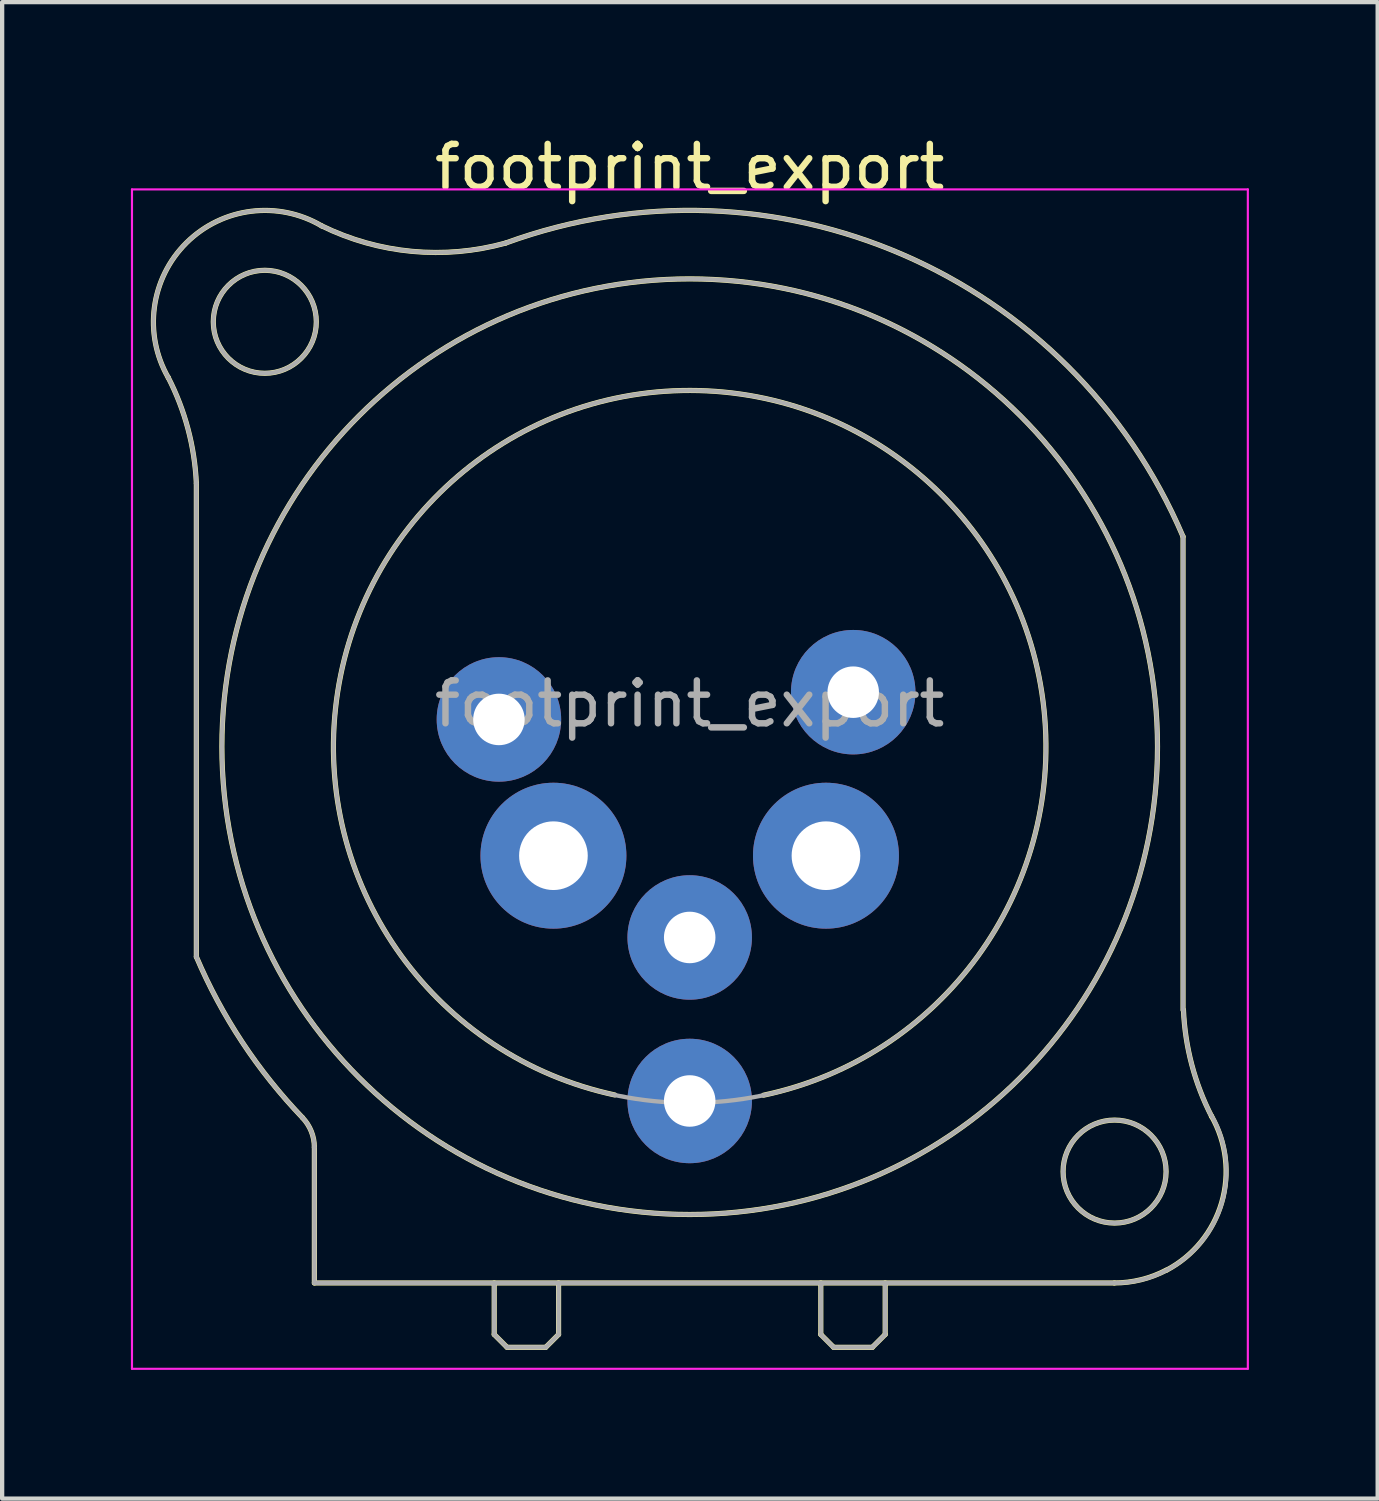
<source format=kicad_pcb>
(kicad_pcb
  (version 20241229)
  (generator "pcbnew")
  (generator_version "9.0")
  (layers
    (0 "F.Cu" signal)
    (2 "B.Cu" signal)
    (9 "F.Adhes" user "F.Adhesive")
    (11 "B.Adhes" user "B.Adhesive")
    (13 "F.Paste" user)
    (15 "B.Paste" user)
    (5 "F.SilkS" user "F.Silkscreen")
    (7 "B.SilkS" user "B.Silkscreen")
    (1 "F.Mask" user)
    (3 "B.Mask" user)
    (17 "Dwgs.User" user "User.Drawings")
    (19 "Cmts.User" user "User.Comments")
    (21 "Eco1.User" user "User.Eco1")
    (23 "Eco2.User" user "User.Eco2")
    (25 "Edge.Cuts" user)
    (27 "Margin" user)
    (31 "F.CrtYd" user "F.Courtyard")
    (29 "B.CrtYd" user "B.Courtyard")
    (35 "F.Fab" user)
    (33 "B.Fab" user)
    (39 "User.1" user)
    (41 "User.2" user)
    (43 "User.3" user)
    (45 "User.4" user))
  (footprint "footprint_export"
    (layer "F.Cu")
    (at 8.575 13.713)
    (property "Reference" "footprint_export" (at 4.445 -12.865 0) (layer "F.SilkS") (effects (font (size 1 1) (thickness 0.15))))
    (attr through_hole)
    (fp_line (start -7.05 -5.5) (end -7.05 5.53) (stroke (width 0.12) (type solid)) (layer "F.SilkS"))
    (fp_line (start -4.3 9.97) (end -4.3 13.13) (stroke (width 0.12) (type solid)) (layer "F.SilkS"))
    (fp_line (start -0.11 13.13) (end -0.11 14.33) (stroke (width 0.12) (type solid)) (layer "F.SilkS"))
    (fp_line (start -0.11 14.33) (end 0.19 14.63) (stroke (width 0.12) (type solid)) (layer "F.SilkS"))
    (fp_line (start 0.19 14.63) (end 1.09 14.63) (stroke (width 0.12) (type solid)) (layer "F.SilkS"))
    (fp_line (start 1.39 13.13) (end 1.39 14.33) (stroke (width 0.12) (type solid)) (layer "F.SilkS"))
    (fp_line (start 1.39 14.33) (end 1.09 14.63) (stroke (width 0.12) (type solid)) (layer "F.SilkS"))
    (fp_line (start 7.5 13.13) (end 7.5 14.33) (stroke (width 0.12) (type solid)) (layer "F.SilkS"))
    (fp_line (start 7.5 14.33) (end 7.8 14.63) (stroke (width 0.12) (type solid)) (layer "F.SilkS"))
    (fp_line (start 8.7 14.63) (end 7.8 14.63) (stroke (width 0.12) (type solid)) (layer "F.SilkS"))
    (fp_line (start 9 13.13) (end 9 14.33) (stroke (width 0.12) (type solid)) (layer "F.SilkS"))
    (fp_line (start 9 14.33) (end 8.7 14.63) (stroke (width 0.12) (type solid)) (layer "F.SilkS"))
    (fp_line (start 14.34 13.13) (end -4.3 13.13) (stroke (width 0.12) (type solid)) (layer "F.SilkS"))
    (fp_line (start 15.94 6.77) (end 15.94 -4.26) (stroke (width 0.12) (type solid)) (layer "F.SilkS"))
    (fp_arc (start -7.706072 -7.969016) (mid -7.245016 -6.769854) (end -7.05 -5.5) (stroke (width 0.12) (type solid)) (layer "F.SilkS"))
    (fp_arc (start -7.701898 -7.960402) (mid -7.280108 -11.106809) (end -4.13 -11.5) (stroke (width 0.12) (type solid)) (layer "F.SilkS"))
    (fp_arc (start -4.57767 9.277192) (mid -5.983521 7.515552) (end -7.05 5.53) (stroke (width 0.12) (type solid)) (layer "F.SilkS"))
    (fp_arc (start -4.577033 9.279118) (mid -4.371839 9.597822) (end -4.3 9.97) (stroke (width 0.12) (type solid)) (layer "F.SilkS"))
    (fp_arc (start 0.155138 -11.099295) (mid -2.024203 -10.906412) (end -4.13 -11.5) (stroke (width 0.12) (type solid)) (layer "F.SilkS"))
    (fp_arc (start 0.15831 -11.100431) (mid 9.413683 -10.828344) (end 15.94 -4.26) (stroke (width 0.12) (type solid)) (layer "F.SilkS"))
    (fp_arc (start 2.7 8.75) (mid 4.457421 -7.665488) (end 6.165706 8.755186) (stroke (width 0.12) (type solid)) (layer "F.SilkS"))
    (fp_arc (start 15.548589 12.832023) (mid 14.96239 13.054406) (end 14.34 13.13) (stroke (width 0.12) (type solid)) (layer "F.SilkS"))
    (fp_arc (start 16.602795 9.242305) (mid 16.840071 11.256668) (end 15.56 12.83) (stroke (width 0.12) (type solid)) (layer "F.SilkS"))
    (fp_arc (start 16.607596 9.253415) (mid 16.144453 8.047281) (end 15.95 6.77) (stroke (width 0.12) (type solid)) (layer "F.SilkS"))
    (fp_circle (center -5.455 -9.265) (end -4.255 -9.265) (stroke (width 0.12) (type solid)) (fill no) (layer "F.SilkS"))
    (fp_circle (center 4.445 0.635) (end 15.345 0.635) (stroke (width 0.12) (type solid)) (fill no) (layer "F.SilkS"))
    (fp_circle (center 14.345 10.535) (end 15.545 10.535) (stroke (width 0.12) (type solid)) (fill no) (layer "F.SilkS"))
    (fp_line (start -8.55 -12.35) (end 17.45 -12.35) (stroke (width 0.05) (type solid)) (layer "F.CrtYd"))
    (fp_line (start -8.55 15.13) (end -8.55 -12.35) (stroke (width 0.05) (type solid)) (layer "F.CrtYd"))
    (fp_line (start 17.45 -12.35) (end 17.45 15.13) (stroke (width 0.05) (type solid)) (layer "F.CrtYd"))
    (fp_line (start 17.45 15.13) (end -8.55 15.13) (stroke (width 0.05) (type solid)) (layer "F.CrtYd"))
    (fp_line (start -7.05 -5.5) (end -7.05 5.53) (stroke (width 0.1) (type solid)) (layer "F.Fab"))
    (fp_line (start -4.3 9.97) (end -4.3 13.13) (stroke (width 0.1) (type solid)) (layer "F.Fab"))
    (fp_line (start -0.11 13.13) (end -0.11 14.33) (stroke (width 0.1) (type solid)) (layer "F.Fab"))
    (fp_line (start -0.11 14.33) (end 0.19 14.63) (stroke (width 0.1) (type solid)) (layer "F.Fab"))
    (fp_line (start 0.19 14.63) (end 1.09 14.63) (stroke (width 0.1) (type solid)) (layer "F.Fab"))
    (fp_line (start 1.39 13.13) (end 1.39 14.33) (stroke (width 0.1) (type solid)) (layer "F.Fab"))
    (fp_line (start 1.39 14.33) (end 1.09 14.63) (stroke (width 0.1) (type solid)) (layer "F.Fab"))
    (fp_line (start 7.5 13.13) (end 7.5 14.33) (stroke (width 0.1) (type solid)) (layer "F.Fab"))
    (fp_line (start 7.5 14.33) (end 7.8 14.63) (stroke (width 0.1) (type solid)) (layer "F.Fab"))
    (fp_line (start 8.7 14.63) (end 7.8 14.63) (stroke (width 0.1) (type solid)) (layer "F.Fab"))
    (fp_line (start 9 13.13) (end 9 14.33) (stroke (width 0.1) (type solid)) (layer "F.Fab"))
    (fp_line (start 9 14.33) (end 8.7 14.63) (stroke (width 0.1) (type solid)) (layer "F.Fab"))
    (fp_line (start 14.34 13.13) (end -4.3 13.13) (stroke (width 0.1) (type solid)) (layer "F.Fab"))
    (fp_line (start 15.94 6.77) (end 15.94 -4.26) (stroke (width 0.1) (type solid)) (layer "F.Fab"))
    (fp_arc (start -7.706072 -7.969016) (mid -7.245016 -6.769854) (end -7.05 -5.5) (stroke (width 0.1) (type solid)) (layer "F.Fab"))
    (fp_arc (start -7.701898 -7.960402) (mid -7.280108 -11.106809) (end -4.13 -11.5) (stroke (width 0.1) (type solid)) (layer "F.Fab"))
    (fp_arc (start -4.57767 9.277192) (mid -5.983521 7.515552) (end -7.05 5.53) (stroke (width 0.1) (type solid)) (layer "F.Fab"))
    (fp_arc (start -4.577033 9.279118) (mid -4.371839 9.597822) (end -4.3 9.97) (stroke (width 0.1) (type solid)) (layer "F.Fab"))
    (fp_arc (start 0.155138 -11.099295) (mid -2.024203 -10.906412) (end -4.13 -11.5) (stroke (width 0.1) (type solid)) (layer "F.Fab"))
    (fp_arc (start 0.15831 -11.100431) (mid 9.413683 -10.828344) (end 15.94 -4.26) (stroke (width 0.1) (type solid)) (layer "F.Fab"))
    (fp_arc (start 16.564991 9.168414) (mid 16.616945 11.80321) (end 14.34 13.13) (stroke (width 0.1) (type solid)) (layer "F.Fab"))
    (fp_arc (start 16.574479 9.187942) (mid 16.135172 8.011789) (end 15.95 6.77) (stroke (width 0.1) (type solid)) (layer "F.Fab"))
    (fp_circle (center -5.455 -9.265) (end -4.255 -9.265) (stroke (width 0.1) (type solid)) (fill no) (layer "F.Fab"))
    (fp_circle (center 4.445 0.635) (end 12.745 0.635) (stroke (width 0.1) (type solid)) (fill no) (layer "F.Fab"))
    (fp_circle (center 4.445 0.635) (end 15.345 0.635) (stroke (width 0.1) (type solid)) (fill no) (layer "F.Fab"))
    (fp_circle (center 14.345 10.535) (end 15.545 10.535) (stroke (width 0.1) (type solid)) (fill no) (layer "F.Fab"))
    (fp_text user "${REFERENCE}" (at 4.445 -0.365 0) (layer "F.Fab") (effects (font (size 1 1) (thickness 0.15))))
    (pad "1" thru_hole circle (at 0 0) (size 2.9 2.9) (drill 1.2) (layers "*.Cu" "*.Mask"))
    (pad "2" thru_hole circle (at 1.27 3.175) (size 3.4 3.4) (drill 1.6) (layers "*.Cu" "*.Mask"))
    (pad "3" thru_hole circle (at 4.445 5.08) (size 2.9 2.9) (drill 1.2) (layers "*.Cu" "*.Mask"))
    (pad "4" thru_hole circle (at 7.62 3.175) (size 3.4 3.4) (drill 1.6) (layers "*.Cu" "*.Mask"))
    (pad "5" thru_hole circle (at 8.255 -0.635) (size 2.9 2.9) (drill 1.2) (layers "*.Cu" "*.Mask"))
    (pad "G" thru_hole circle (at 4.445 8.89) (size 2.9 2.9) (drill 1.2) (layers "*.Cu" "*.Mask")))
  (gr_rect
    (start -3 -3)
    (end 29.05 31.868)
    (stroke (width 0.1) (type default))
    (fill no)
    (layer "Edge.Cuts")))
</source>
